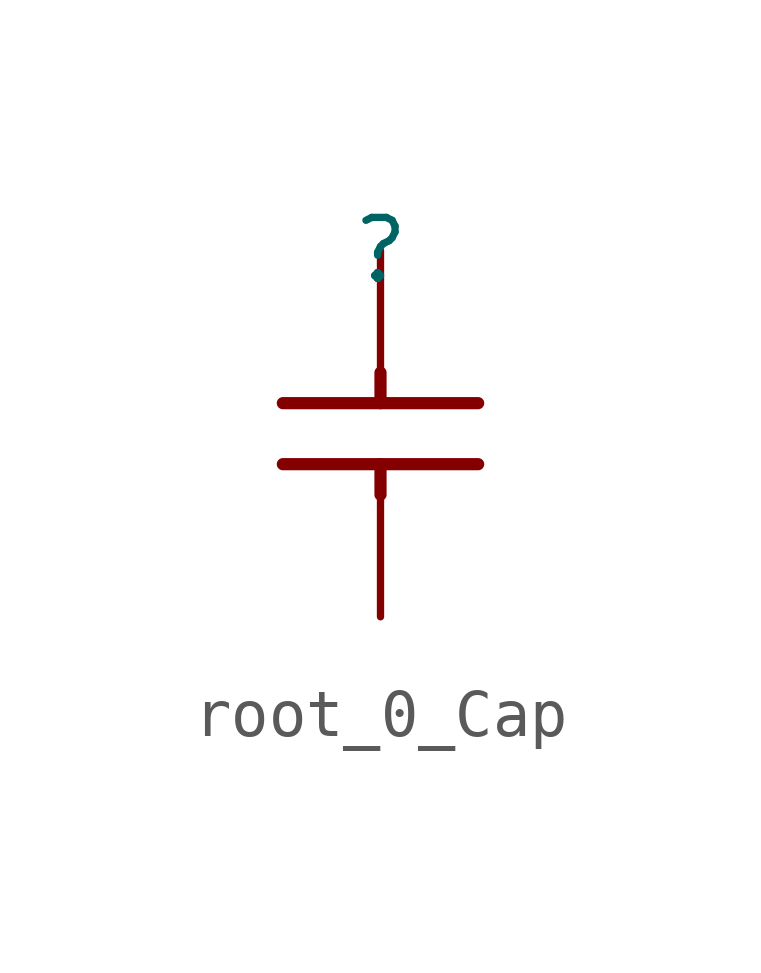
<source format=kicad_sym>
(kicad_symbol_lib
  (version 20231120)
  (generator "kicad_symbol_editor")
  (generator_version "8.0")
  (symbol "root_0_Cap"
    (property "Reference" ""
      (at 0 0 0)
      (effects (font (size 1.27 1.27))))
    (property "Value" ""
      (at 0 0 0)
      (effects (font (size 1.27 1.27))))
    (symbol "root_0_Cap_1_0"
      (polyline (pts (xy -2.032 -4.445) (xy 2.032 -4.445)) (stroke (width 0.254) (type solid)) (fill (type none)))
      (polyline (pts (xy -2.032 -3.175) (xy 2.032 -3.175)) (stroke (width 0.254) (type solid)) (fill (type none)))
      (polyline (pts (xy 0 -4.445) (xy 0 -5.08)) (stroke (width 0.254) (type solid)) (fill (type none)))
      (polyline (pts (xy 0 -2.54) (xy 0 -3.175)) (stroke (width 0.254) (type solid)) (fill (type none)))
      (pin passive line (at 0 0 270) (length 2.54) (name "1" (effects (font (size 0 0)))) (number "1" (effects (font (size 0 0)))))
      (pin passive line (at 0 -7.62 90) (length 2.54) (name "2" (effects (font (size 0 0)))) (number "2" (effects (font (size 0 0))))))))
</source>
